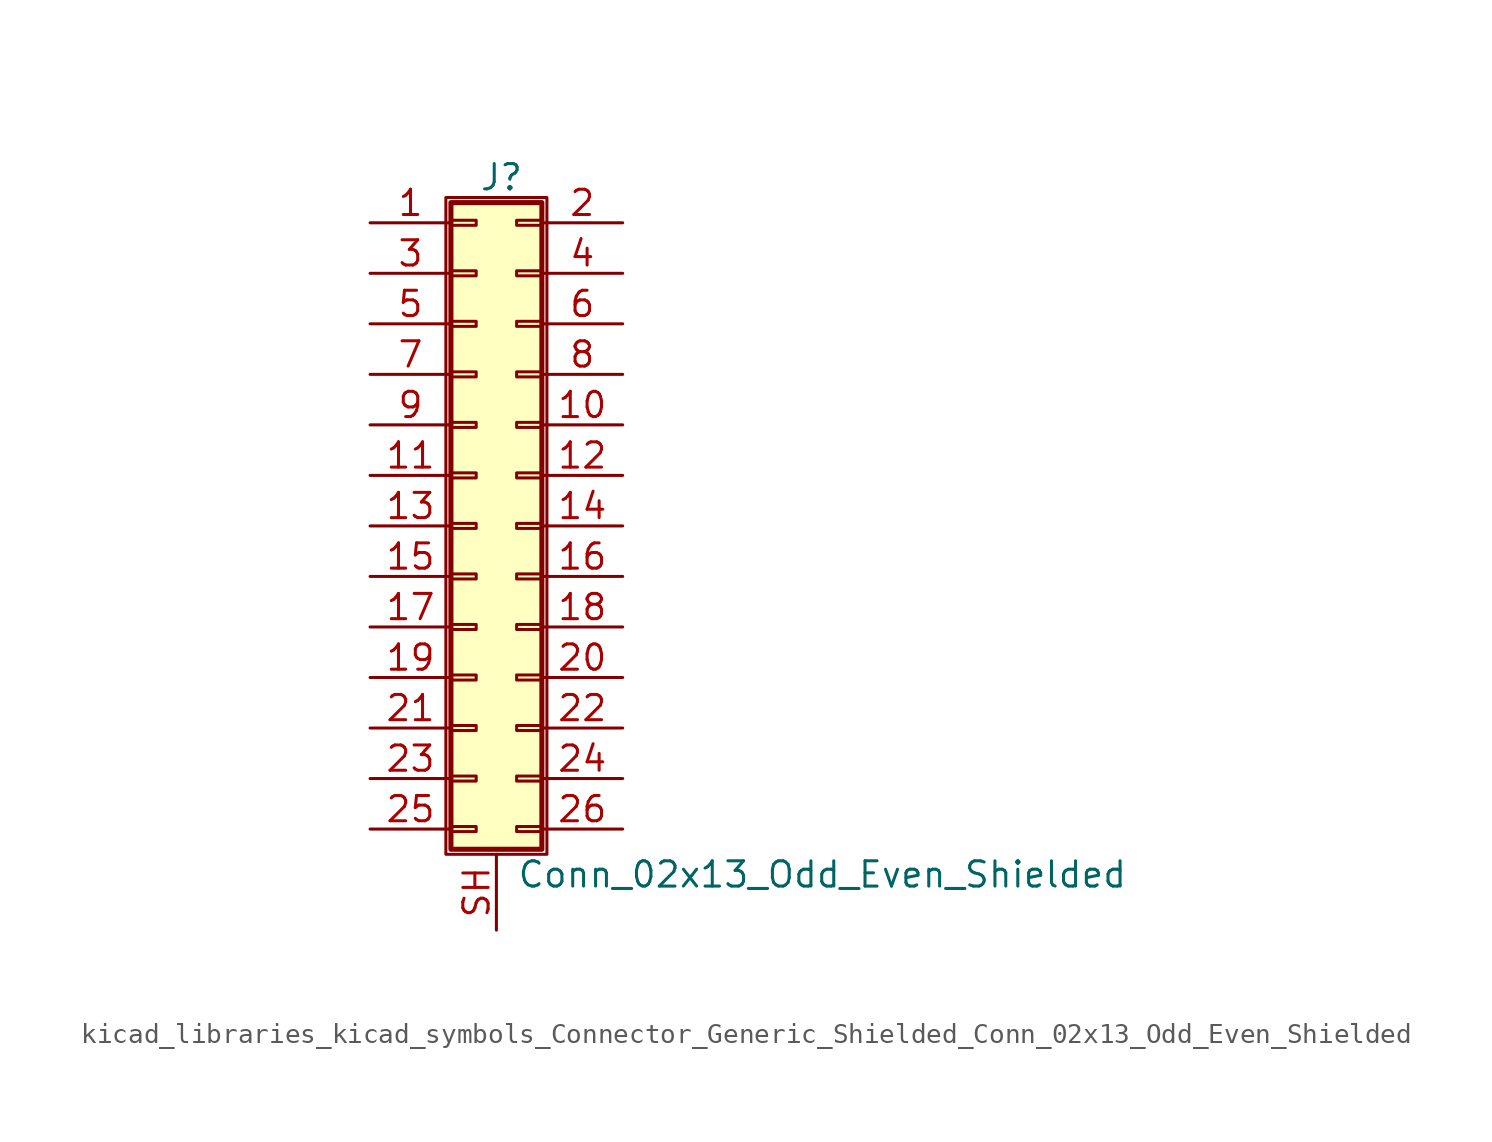
<source format=kicad_sym>
(kicad_symbol_lib
  (version 20220914)
  (generator kicad_symbol_editor)
  (symbol "kicad_libraries_kicad_symbols_Connector_Generic_Shielded_Conn_02x13_Odd_Even_Shielded"
    (pin_names
      (offset 1.016) hide)
    (property "Reference" "J"
      (at 1.524 17.526 0)
      (effects (font (size 1.27 1.27))))
    (property "Value" "Conn_02x13_Odd_Even_Shielded"
      (at 2.286 -17.526 0)
      (effects (font (size 1.27 1.27)) (justify left)))
    (symbol "kicad_libraries_kicad_symbols_Connector_Generic_Shielded_Conn_02x13_Odd_Even_Shielded_1_1"
      (rectangle (start -1.27 16.51) (end 3.81 -16.51) (stroke (width 0.152) (type default)) (fill (type none)))
      (rectangle (start -1.016 -15.113) (end 0.254 -15.367) (stroke (width 0.152) (type default)) (fill (type none)))
      (rectangle (start -1.016 -12.573) (end 0.254 -12.827) (stroke (width 0.152) (type default)) (fill (type none)))
      (rectangle (start -1.016 -10.033) (end 0.254 -10.287) (stroke (width 0.152) (type default)) (fill (type none)))
      (rectangle (start -1.016 -7.493) (end 0.254 -7.747) (stroke (width 0.152) (type default)) (fill (type none)))
      (rectangle (start -1.016 -4.953) (end 0.254 -5.207) (stroke (width 0.152) (type default)) (fill (type none)))
      (rectangle (start -1.016 -2.413) (end 0.254 -2.667) (stroke (width 0.152) (type default)) (fill (type none)))
      (rectangle (start -1.016 0.127) (end 0.254 -0.127) (stroke (width 0.152) (type default)) (fill (type none)))
      (rectangle (start -1.016 2.667) (end 0.254 2.413) (stroke (width 0.152) (type default)) (fill (type none)))
      (rectangle (start -1.016 5.207) (end 0.254 4.953) (stroke (width 0.152) (type default)) (fill (type none)))
      (rectangle (start -1.016 7.747) (end 0.254 7.493) (stroke (width 0.152) (type default)) (fill (type none)))
      (rectangle (start -1.016 10.287) (end 0.254 10.033) (stroke (width 0.152) (type default)) (fill (type none)))
      (rectangle (start -1.016 12.827) (end 0.254 12.573) (stroke (width 0.152) (type default)) (fill (type none)))
      (rectangle (start -1.016 15.367) (end 0.254 15.113) (stroke (width 0.152) (type default)) (fill (type none)))
      (rectangle (start -1.016 16.256) (end 3.556 -16.256) (stroke (width 0.254) (type default)) (fill (type background)))
      (rectangle (start 3.556 -15.113) (end 2.286 -15.367) (stroke (width 0.152) (type default)) (fill (type none)))
      (rectangle (start 3.556 -12.573) (end 2.286 -12.827) (stroke (width 0.152) (type default)) (fill (type none)))
      (rectangle (start 3.556 -10.033) (end 2.286 -10.287) (stroke (width 0.152) (type default)) (fill (type none)))
      (rectangle (start 3.556 -7.493) (end 2.286 -7.747) (stroke (width 0.152) (type default)) (fill (type none)))
      (rectangle (start 3.556 -4.953) (end 2.286 -5.207) (stroke (width 0.152) (type default)) (fill (type none)))
      (rectangle (start 3.556 -2.413) (end 2.286 -2.667) (stroke (width 0.152) (type default)) (fill (type none)))
      (rectangle (start 3.556 0.127) (end 2.286 -0.127) (stroke (width 0.152) (type default)) (fill (type none)))
      (rectangle (start 3.556 2.667) (end 2.286 2.413) (stroke (width 0.152) (type default)) (fill (type none)))
      (rectangle (start 3.556 5.207) (end 2.286 4.953) (stroke (width 0.152) (type default)) (fill (type none)))
      (rectangle (start 3.556 7.747) (end 2.286 7.493) (stroke (width 0.152) (type default)) (fill (type none)))
      (rectangle (start 3.556 10.287) (end 2.286 10.033) (stroke (width 0.152) (type default)) (fill (type none)))
      (rectangle (start 3.556 12.827) (end 2.286 12.573) (stroke (width 0.152) (type default)) (fill (type none)))
      (rectangle (start 3.556 15.367) (end 2.286 15.113) (stroke (width 0.152) (type default)) (fill (type none)))
      (pin passive line (at -5.08 15.24 0) (length 4.064) (name "Pin_1" (effects (font (size 1.27 1.27)))) (number "1" (effects (font (size 1.27 1.27)))))
      (pin passive line (at 7.62 5.08 180) (length 4.064) (name "Pin_10" (effects (font (size 1.27 1.27)))) (number "10" (effects (font (size 1.27 1.27)))))
      (pin passive line (at -5.08 2.54 0) (length 4.064) (name "Pin_11" (effects (font (size 1.27 1.27)))) (number "11" (effects (font (size 1.27 1.27)))))
      (pin passive line (at 7.62 2.54 180) (length 4.064) (name "Pin_12" (effects (font (size 1.27 1.27)))) (number "12" (effects (font (size 1.27 1.27)))))
      (pin passive line (at -5.08 0 0) (length 4.064) (name "Pin_13" (effects (font (size 1.27 1.27)))) (number "13" (effects (font (size 1.27 1.27)))))
      (pin passive line (at 7.62 0 180) (length 4.064) (name "Pin_14" (effects (font (size 1.27 1.27)))) (number "14" (effects (font (size 1.27 1.27)))))
      (pin passive line (at -5.08 -2.54 0) (length 4.064) (name "Pin_15" (effects (font (size 1.27 1.27)))) (number "15" (effects (font (size 1.27 1.27)))))
      (pin passive line (at 7.62 -2.54 180) (length 4.064) (name "Pin_16" (effects (font (size 1.27 1.27)))) (number "16" (effects (font (size 1.27 1.27)))))
      (pin passive line (at -5.08 -5.08 0) (length 4.064) (name "Pin_17" (effects (font (size 1.27 1.27)))) (number "17" (effects (font (size 1.27 1.27)))))
      (pin passive line (at 7.62 -5.08 180) (length 4.064) (name "Pin_18" (effects (font (size 1.27 1.27)))) (number "18" (effects (font (size 1.27 1.27)))))
      (pin passive line (at -5.08 -7.62 0) (length 4.064) (name "Pin_19" (effects (font (size 1.27 1.27)))) (number "19" (effects (font (size 1.27 1.27)))))
      (pin passive line (at 7.62 15.24 180) (length 4.064) (name "Pin_2" (effects (font (size 1.27 1.27)))) (number "2" (effects (font (size 1.27 1.27)))))
      (pin passive line (at 7.62 -7.62 180) (length 4.064) (name "Pin_20" (effects (font (size 1.27 1.27)))) (number "20" (effects (font (size 1.27 1.27)))))
      (pin passive line (at -5.08 -10.16 0) (length 4.064) (name "Pin_21" (effects (font (size 1.27 1.27)))) (number "21" (effects (font (size 1.27 1.27)))))
      (pin passive line (at 7.62 -10.16 180) (length 4.064) (name "Pin_22" (effects (font (size 1.27 1.27)))) (number "22" (effects (font (size 1.27 1.27)))))
      (pin passive line (at -5.08 -12.7 0) (length 4.064) (name "Pin_23" (effects (font (size 1.27 1.27)))) (number "23" (effects (font (size 1.27 1.27)))))
      (pin passive line (at 7.62 -12.7 180) (length 4.064) (name "Pin_24" (effects (font (size 1.27 1.27)))) (number "24" (effects (font (size 1.27 1.27)))))
      (pin passive line (at -5.08 -15.24 0) (length 4.064) (name "Pin_25" (effects (font (size 1.27 1.27)))) (number "25" (effects (font (size 1.27 1.27)))))
      (pin passive line (at 7.62 -15.24 180) (length 4.064) (name "Pin_26" (effects (font (size 1.27 1.27)))) (number "26" (effects (font (size 1.27 1.27)))))
      (pin passive line (at -5.08 12.7 0) (length 4.064) (name "Pin_3" (effects (font (size 1.27 1.27)))) (number "3" (effects (font (size 1.27 1.27)))))
      (pin passive line (at 7.62 12.7 180) (length 4.064) (name "Pin_4" (effects (font (size 1.27 1.27)))) (number "4" (effects (font (size 1.27 1.27)))))
      (pin passive line (at -5.08 10.16 0) (length 4.064) (name "Pin_5" (effects (font (size 1.27 1.27)))) (number "5" (effects (font (size 1.27 1.27)))))
      (pin passive line (at 7.62 10.16 180) (length 4.064) (name "Pin_6" (effects (font (size 1.27 1.27)))) (number "6" (effects (font (size 1.27 1.27)))))
      (pin passive line (at -5.08 7.62 0) (length 4.064) (name "Pin_7" (effects (font (size 1.27 1.27)))) (number "7" (effects (font (size 1.27 1.27)))))
      (pin passive line (at 7.62 7.62 180) (length 4.064) (name "Pin_8" (effects (font (size 1.27 1.27)))) (number "8" (effects (font (size 1.27 1.27)))))
      (pin passive line (at -5.08 5.08 0) (length 4.064) (name "Pin_9" (effects (font (size 1.27 1.27)))) (number "9" (effects (font (size 1.27 1.27)))))
      (pin passive line (at 1.27 -20.32 90) (length 3.81) (name "Shield" (effects (font (size 1.27 1.27)))) (number "SH" (effects (font (size 1.27 1.27))))))))
</source>
